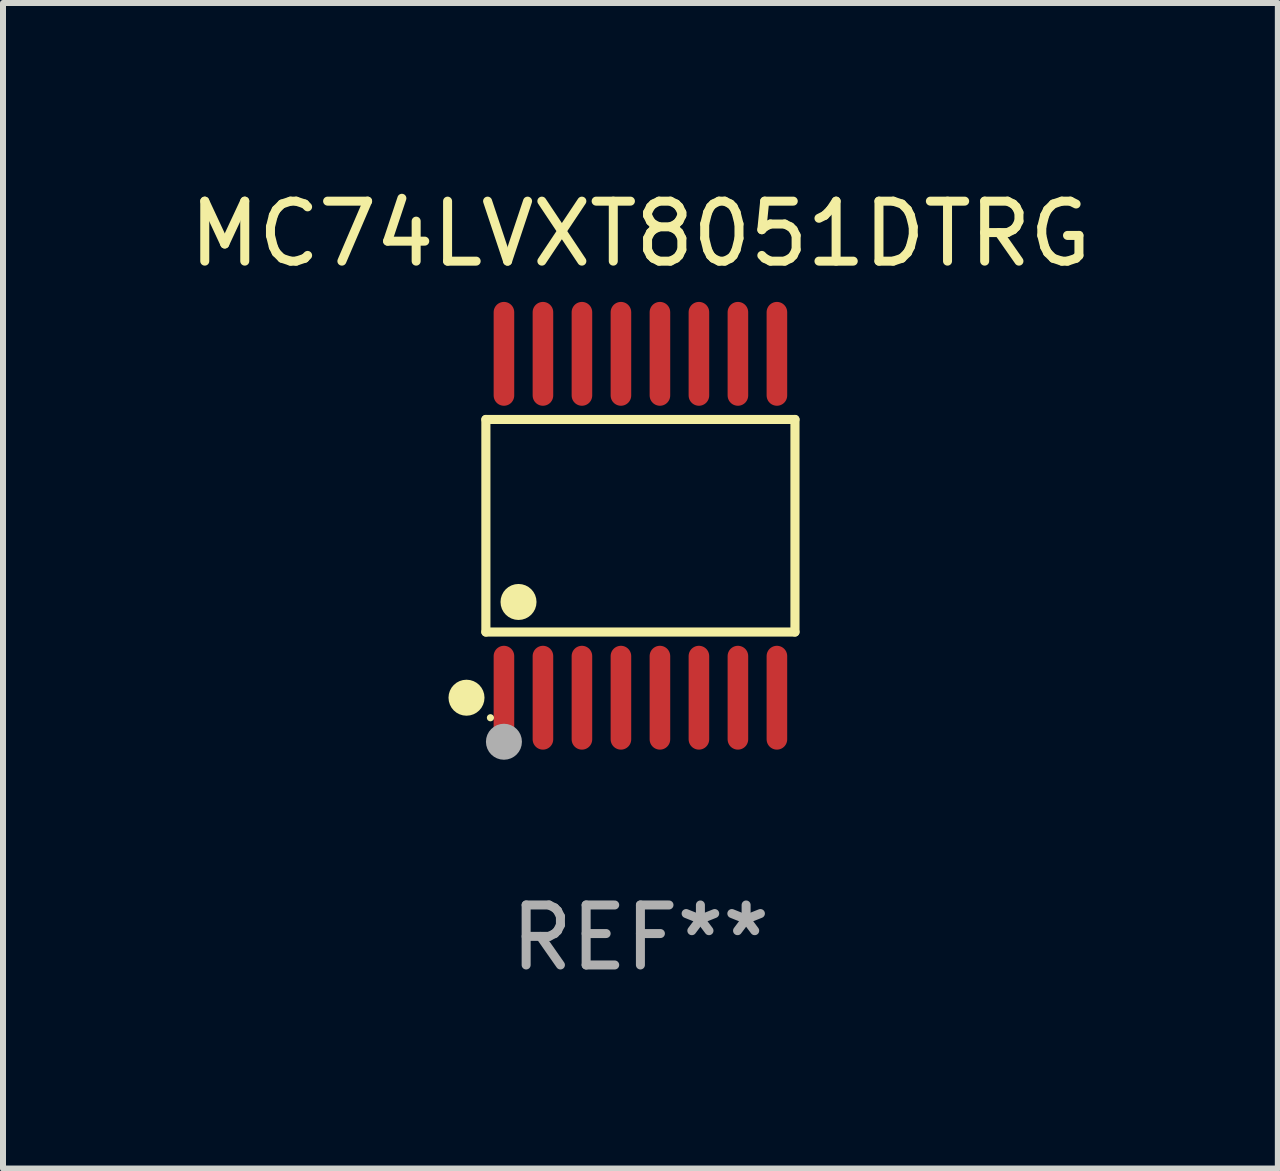
<source format=kicad_pcb>
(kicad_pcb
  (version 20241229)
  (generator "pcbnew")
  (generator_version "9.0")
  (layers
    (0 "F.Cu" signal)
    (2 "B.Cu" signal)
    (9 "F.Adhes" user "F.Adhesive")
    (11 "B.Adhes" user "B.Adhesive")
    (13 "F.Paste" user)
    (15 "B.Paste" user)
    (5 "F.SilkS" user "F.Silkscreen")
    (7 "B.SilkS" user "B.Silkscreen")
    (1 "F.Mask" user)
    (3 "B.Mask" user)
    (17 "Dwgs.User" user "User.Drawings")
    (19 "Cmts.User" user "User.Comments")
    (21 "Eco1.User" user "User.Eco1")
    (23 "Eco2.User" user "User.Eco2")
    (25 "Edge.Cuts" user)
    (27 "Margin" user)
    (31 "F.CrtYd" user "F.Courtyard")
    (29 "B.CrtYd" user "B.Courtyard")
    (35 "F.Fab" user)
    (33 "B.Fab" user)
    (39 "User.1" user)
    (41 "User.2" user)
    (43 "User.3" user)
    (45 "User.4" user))
  (footprint "MC74LVXT8051DTRG"
    (layer "F.Cu")
    (at 7.625 5.714)
    (property "Reference" "MC74LVXT8051DTRG" (at 0 -4.866 0) (layer "F.SilkS") (effects (font (size 1 1) (thickness 0.15))))
    (attr through_hole)
    (fp_line (start -2.576 -1.772) (end 2.576 -1.772) (stroke (width 0.152) (type solid)) (layer "F.SilkS"))
    (fp_line (start -2.576 1.771) (end -2.576 -1.772) (stroke (width 0.152) (type solid)) (layer "F.SilkS"))
    (fp_line (start 2.576 -1.772) (end 2.576 1.771) (stroke (width 0.152) (type solid)) (layer "F.SilkS"))
    (fp_line (start 2.576 1.771) (end -2.576 1.771) (stroke (width 0.152) (type solid)) (layer "F.SilkS"))
    (fp_circle (center -2.899 2.866) (end -2.749 2.866) (stroke (width 0.3) (type solid)) (fill no) (layer "F.SilkS"))
    (fp_circle (center -2.5 3.2) (end -2.47 3.2) (stroke (width 0.06) (type solid)) (fill no) (layer "F.SilkS"))
    (fp_circle (center -2.032 1.27) (end -1.882 1.27) (stroke (width 0.3) (type solid)) (fill no) (layer "F.SilkS"))
    (fp_circle (center -2.275 3.6) (end -2.125 3.6) (stroke (width 0.3) (type solid)) (fill no) (layer "F.Fab"))
    (fp_text user "REF**" (at 0 6.866 0) (layer "F.Fab") (effects (font (size 1 1) (thickness 0.15))))
    (pad "1" smd oval (at -2.275 2.866) (size 0.343 1.731) (layers "F.Cu" "F.Mask" "F.Paste"))
    (pad "2" smd oval (at -1.625 2.866) (size 0.343 1.731) (layers "F.Cu" "F.Mask" "F.Paste"))
    (pad "3" smd oval (at -0.975 2.866) (size 0.343 1.731) (layers "F.Cu" "F.Mask" "F.Paste"))
    (pad "4" smd oval (at -0.325 2.866) (size 0.343 1.731) (layers "F.Cu" "F.Mask" "F.Paste"))
    (pad "5" smd oval (at 0.325 2.866) (size 0.343 1.731) (layers "F.Cu" "F.Mask" "F.Paste"))
    (pad "6" smd oval (at 0.975 2.866) (size 0.343 1.731) (layers "F.Cu" "F.Mask" "F.Paste"))
    (pad "7" smd oval (at 1.625 2.866) (size 0.343 1.731) (layers "F.Cu" "F.Mask" "F.Paste"))
    (pad "8" smd oval (at 2.275 2.866) (size 0.343 1.731) (layers "F.Cu" "F.Mask" "F.Paste"))
    (pad "9" smd oval (at 2.275 -2.866) (size 0.343 1.731) (layers "F.Cu" "F.Mask" "F.Paste"))
    (pad "10" smd oval (at 1.625 -2.866) (size 0.343 1.731) (layers "F.Cu" "F.Mask" "F.Paste"))
    (pad "11" smd oval (at 0.975 -2.866) (size 0.343 1.731) (layers "F.Cu" "F.Mask" "F.Paste"))
    (pad "12" smd oval (at 0.325 -2.866) (size 0.343 1.731) (layers "F.Cu" "F.Mask" "F.Paste"))
    (pad "13" smd oval (at -0.325 -2.866) (size 0.343 1.731) (layers "F.Cu" "F.Mask" "F.Paste"))
    (pad "14" smd oval (at -0.975 -2.866) (size 0.343 1.731) (layers "F.Cu" "F.Mask" "F.Paste"))
    (pad "15" smd oval (at -1.625 -2.866) (size 0.343 1.731) (layers "F.Cu" "F.Mask" "F.Paste"))
    (pad "16" smd oval (at -2.275 -2.866) (size 0.343 1.731) (layers "F.Cu" "F.Mask" "F.Paste")))
  (gr_rect
    (start -3 -3)
    (end 18.25 16.428)
    (stroke (width 0.1) (type default))
    (fill no)
    (layer "Edge.Cuts")))
</source>
